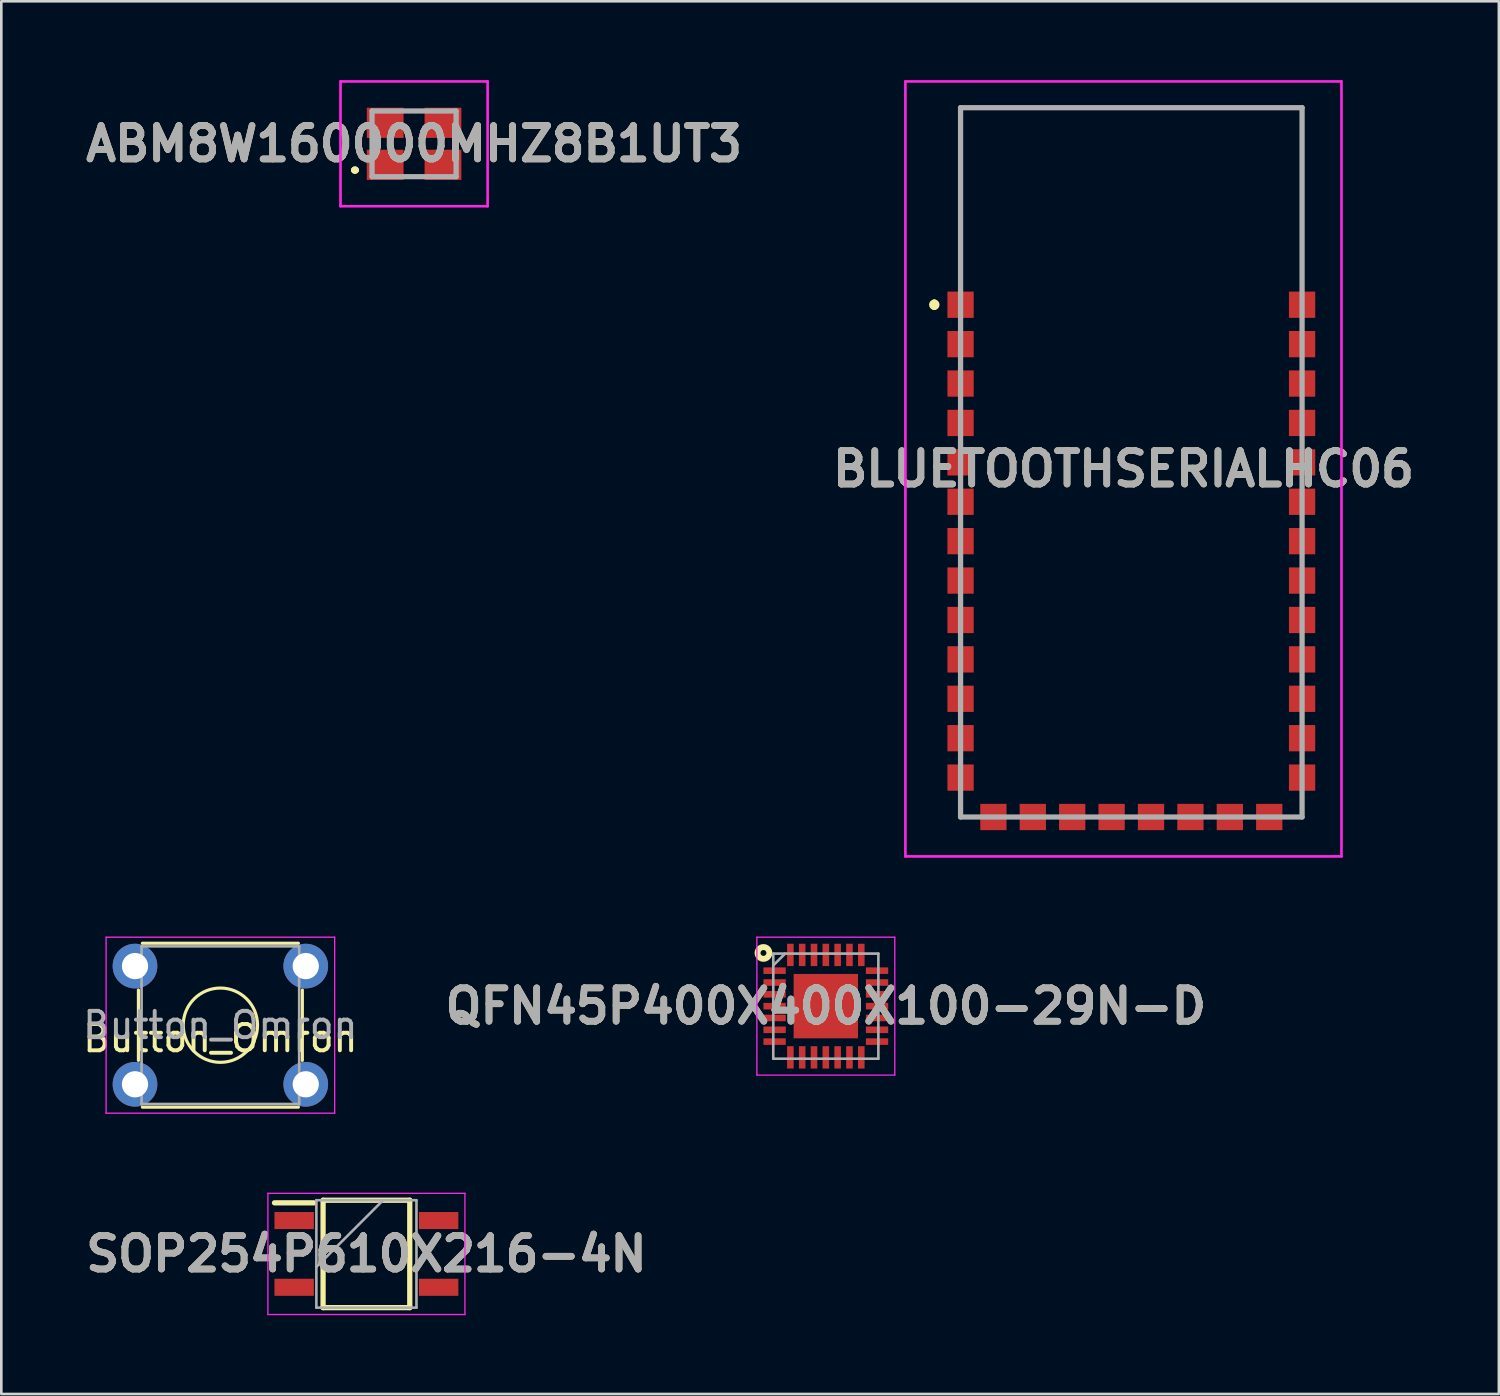
<source format=kicad_pcb>
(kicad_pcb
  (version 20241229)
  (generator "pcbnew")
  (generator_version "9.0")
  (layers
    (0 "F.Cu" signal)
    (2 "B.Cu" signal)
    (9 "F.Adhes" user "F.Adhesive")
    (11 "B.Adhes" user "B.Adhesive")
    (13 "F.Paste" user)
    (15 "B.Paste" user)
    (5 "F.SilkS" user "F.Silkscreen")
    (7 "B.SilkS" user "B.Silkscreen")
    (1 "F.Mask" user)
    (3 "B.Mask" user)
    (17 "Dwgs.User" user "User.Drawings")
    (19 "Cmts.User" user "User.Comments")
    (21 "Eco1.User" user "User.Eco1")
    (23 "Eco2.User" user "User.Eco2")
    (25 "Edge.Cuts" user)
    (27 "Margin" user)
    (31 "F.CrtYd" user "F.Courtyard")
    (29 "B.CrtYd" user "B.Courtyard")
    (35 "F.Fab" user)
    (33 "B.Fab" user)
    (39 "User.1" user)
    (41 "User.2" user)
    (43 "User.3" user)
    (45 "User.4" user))
  (footprint "QFN45P400X400X100-29N-D"
    (layer "F.Cu")
    (at 28.386 35.25)
    (property "Reference" "QFN45P400X400X100-29N-D" (at 0 0 0) (layer "F.SilkS") (effects (font (size 1.27 1.27) (thickness 0.254))))
    (attr smd)
    (fp_circle (center -2.374 -2.025) (end -2.374 -1.913) (stroke (width 0.225) (type solid)) (fill no) (layer "F.SilkS"))
    (fp_line (start -2.625 -2.625) (end 2.625 -2.625) (stroke (width 0.05) (type solid)) (layer "F.CrtYd"))
    (fp_line (start -2.625 2.625) (end -2.625 -2.625) (stroke (width 0.05) (type solid)) (layer "F.CrtYd"))
    (fp_line (start 2.625 -2.625) (end 2.625 2.625) (stroke (width 0.05) (type solid)) (layer "F.CrtYd"))
    (fp_line (start 2.625 2.625) (end -2.625 2.625) (stroke (width 0.05) (type solid)) (layer "F.CrtYd"))
    (fp_line (start -2 -2) (end 2 -2) (stroke (width 0.1) (type solid)) (layer "F.Fab"))
    (fp_line (start -2 -1.55) (end -1.55 -2) (stroke (width 0.1) (type solid)) (layer "F.Fab"))
    (fp_line (start -2 2) (end -2 -2) (stroke (width 0.1) (type solid)) (layer "F.Fab"))
    (fp_line (start 2 -2) (end 2 2) (stroke (width 0.1) (type solid)) (layer "F.Fab"))
    (fp_line (start 2 2) (end -2 2) (stroke (width 0.1) (type solid)) (layer "F.Fab"))
    (fp_text user "${REFERENCE}" (at 0 0 0) (layer "F.Fab") (effects (font (size 1.27 1.27) (thickness 0.254))))
    (pad "1" smd rect (at -1.95 -1.35 90) (size 0.25 0.85) (layers "F.Cu" "F.Mask" "F.Paste"))
    (pad "2" smd rect (at -1.95 -0.9 90) (size 0.25 0.85) (layers "F.Cu" "F.Mask" "F.Paste"))
    (pad "3" smd rect (at -1.95 -0.45 90) (size 0.25 0.85) (layers "F.Cu" "F.Mask" "F.Paste"))
    (pad "4" smd rect (at -1.95 0 90) (size 0.25 0.85) (layers "F.Cu" "F.Mask" "F.Paste"))
    (pad "5" smd rect (at -1.95 0.45 90) (size 0.25 0.85) (layers "F.Cu" "F.Mask" "F.Paste"))
    (pad "6" smd rect (at -1.95 0.9 90) (size 0.25 0.85) (layers "F.Cu" "F.Mask" "F.Paste"))
    (pad "7" smd rect (at -1.95 1.35 90) (size 0.25 0.85) (layers "F.Cu" "F.Mask" "F.Paste"))
    (pad "8" smd rect (at -1.35 1.95) (size 0.25 0.85) (layers "F.Cu" "F.Mask" "F.Paste"))
    (pad "9" smd rect (at -0.9 1.95) (size 0.25 0.85) (layers "F.Cu" "F.Mask" "F.Paste"))
    (pad "10" smd rect (at -0.45 1.95) (size 0.25 0.85) (layers "F.Cu" "F.Mask" "F.Paste"))
    (pad "11" smd rect (at 0 1.95) (size 0.25 0.85) (layers "F.Cu" "F.Mask" "F.Paste"))
    (pad "12" smd rect (at 0.45 1.95) (size 0.25 0.85) (layers "F.Cu" "F.Mask" "F.Paste"))
    (pad "13" smd rect (at 0.9 1.95) (size 0.25 0.85) (layers "F.Cu" "F.Mask" "F.Paste"))
    (pad "14" smd rect (at 1.35 1.95) (size 0.25 0.85) (layers "F.Cu" "F.Mask" "F.Paste"))
    (pad "15" smd rect (at 1.95 1.35 90) (size 0.25 0.85) (layers "F.Cu" "F.Mask" "F.Paste"))
    (pad "16" smd rect (at 1.95 0.9 90) (size 0.25 0.85) (layers "F.Cu" "F.Mask" "F.Paste"))
    (pad "17" smd rect (at 1.95 0.45 90) (size 0.25 0.85) (layers "F.Cu" "F.Mask" "F.Paste"))
    (pad "18" smd rect (at 1.95 0 90) (size 0.25 0.85) (layers "F.Cu" "F.Mask" "F.Paste"))
    (pad "19" smd rect (at 1.95 -0.45 90) (size 0.25 0.85) (layers "F.Cu" "F.Mask" "F.Paste"))
    (pad "20" smd rect (at 1.95 -0.9 90) (size 0.25 0.85) (layers "F.Cu" "F.Mask" "F.Paste"))
    (pad "21" smd rect (at 1.95 -1.35 90) (size 0.25 0.85) (layers "F.Cu" "F.Mask" "F.Paste"))
    (pad "22" smd rect (at 1.35 -1.95) (size 0.25 0.85) (layers "F.Cu" "F.Mask" "F.Paste"))
    (pad "23" smd rect (at 0.9 -1.95) (size 0.25 0.85) (layers "F.Cu" "F.Mask" "F.Paste"))
    (pad "24" smd rect (at 0.45 -1.95) (size 0.25 0.85) (layers "F.Cu" "F.Mask" "F.Paste"))
    (pad "25" smd rect (at 0 -1.95) (size 0.25 0.85) (layers "F.Cu" "F.Mask" "F.Paste"))
    (pad "26" smd rect (at -0.45 -1.95) (size 0.25 0.85) (layers "F.Cu" "F.Mask" "F.Paste"))
    (pad "27" smd rect (at -0.9 -1.95) (size 0.25 0.85) (layers "F.Cu" "F.Mask" "F.Paste"))
    (pad "28" smd rect (at -1.35 -1.95) (size 0.25 0.85) (layers "F.Cu" "F.Mask" "F.Paste"))
    (pad "29" smd rect (at 0 0) (size 2.45 2.45) (layers "F.Cu" "F.Mask" "F.Paste")))
  (footprint "Button_Omron"
    (layer "F.Cu")
    (at 5.339 35.975)
    (property "Reference" "Button_Omron" (at 0 0.5 0) (layer "F.SilkS") (effects (font (size 1 1) (thickness 0.15))))
    (attr through_hole)
    (fp_line (start -3.12 1.34) (end -3.12 -1.34) (stroke (width 0.12) (type solid)) (layer "F.SilkS"))
    (fp_line (start -2.97 -3.12) (end 2.97 -3.12) (stroke (width 0.12) (type solid)) (layer "F.SilkS"))
    (fp_line (start -2.97 3.12) (end 2.97 3.12) (stroke (width 0.12) (type solid)) (layer "F.SilkS"))
    (fp_line (start 3.12 -1.34) (end 3.12 1.34) (stroke (width 0.12) (type solid)) (layer "F.SilkS"))
    (fp_circle (center 0 0) (end 1 1) (stroke (width 0.12) (type solid)) (fill no) (layer "F.SilkS"))
    (fp_line (start -4.35 -3.35) (end -4.35 3.35) (stroke (width 0.05) (type solid)) (layer "F.CrtYd"))
    (fp_line (start -4.35 -3.35) (end 4.35 -3.35) (stroke (width 0.05) (type solid)) (layer "F.CrtYd"))
    (fp_line (start -4.35 3.35) (end 4.35 3.35) (stroke (width 0.05) (type solid)) (layer "F.CrtYd"))
    (fp_line (start 4.35 3.35) (end 4.35 -3.35) (stroke (width 0.05) (type solid)) (layer "F.CrtYd"))
    (fp_line (start -3 -3) (end -3 3) (stroke (width 0.1) (type solid)) (layer "F.Fab"))
    (fp_line (start -3 -3) (end 3 -3) (stroke (width 0.1) (type solid)) (layer "F.Fab"))
    (fp_line (start -3 3) (end 3 3) (stroke (width 0.1) (type solid)) (layer "F.Fab"))
    (fp_line (start 3 -3) (end 3 3) (stroke (width 0.1) (type solid)) (layer "F.Fab"))
    (fp_text user "${REFERENCE}" (at 0 0 0) (layer "F.Fab") (effects (font (size 1 1) (thickness 0.15))))
    (pad "1" thru_hole circle (at -3.25 2.25) (size 1.7 1.7) (drill 1) (layers "*.Cu" "*.Mask"))
    (pad "2" thru_hole circle (at 3.25 -2.25) (size 1.7 1.7) (drill 1) (layers "*.Cu" "*.Mask"))
    (pad "3" thru_hole circle (at -3.25 -2.25) (size 1.7 1.7) (drill 1) (layers "*.Cu" "*.Mask"))
    (pad "4" thru_hole circle (at 3.25 2.25) (size 1.7 1.7) (drill 1) (layers "*.Cu" "*.Mask")))
  (footprint "SOP254P610X216-4N"
    (layer "F.Cu")
    (at 10.898 44.682)
    (property "Reference" "SOP254P610X216-4N" (at 0 0 0) (layer "F.SilkS") (effects (font (size 1.27 1.27) (thickness 0.254))))
    (attr smd)
    (fp_line (start -3.5 -1.945) (end -2 -1.945) (stroke (width 0.2) (type solid)) (layer "F.SilkS"))
    (fp_line (start -1.65 -2.044) (end 1.65 -2.044) (stroke (width 0.2) (type solid)) (layer "F.SilkS"))
    (fp_line (start -1.65 2.044) (end -1.65 -2.044) (stroke (width 0.2) (type solid)) (layer "F.SilkS"))
    (fp_line (start 1.65 -2.044) (end 1.65 2.044) (stroke (width 0.2) (type solid)) (layer "F.SilkS"))
    (fp_line (start 1.65 2.044) (end -1.65 2.044) (stroke (width 0.2) (type solid)) (layer "F.SilkS"))
    (fp_line (start -3.75 -2.307) (end 3.75 -2.307) (stroke (width 0.05) (type solid)) (layer "F.CrtYd"))
    (fp_line (start -3.75 2.307) (end -3.75 -2.307) (stroke (width 0.05) (type solid)) (layer "F.CrtYd"))
    (fp_line (start 3.75 -2.307) (end 3.75 2.307) (stroke (width 0.05) (type solid)) (layer "F.CrtYd"))
    (fp_line (start 3.75 2.307) (end -3.75 2.307) (stroke (width 0.05) (type solid)) (layer "F.CrtYd"))
    (fp_line (start -1.905 -2.044) (end 1.905 -2.044) (stroke (width 0.1) (type solid)) (layer "F.Fab"))
    (fp_line (start -1.905 0.496) (end 0.635 -2.044) (stroke (width 0.1) (type solid)) (layer "F.Fab"))
    (fp_line (start -1.905 2.044) (end -1.905 -2.044) (stroke (width 0.1) (type solid)) (layer "F.Fab"))
    (fp_line (start 1.905 -2.044) (end 1.905 2.044) (stroke (width 0.1) (type solid)) (layer "F.Fab"))
    (fp_line (start 1.905 2.044) (end -1.905 2.044) (stroke (width 0.1) (type solid)) (layer "F.Fab"))
    (fp_text user "${REFERENCE}" (at 0 0 0) (layer "F.Fab") (effects (font (size 1.27 1.27) (thickness 0.254))))
    (pad "1" smd rect (at -2.75 -1.27 90) (size 0.65 1.5) (layers "F.Cu" "F.Mask" "F.Paste"))
    (pad "2" smd rect (at -2.75 1.27 90) (size 0.65 1.5) (layers "F.Cu" "F.Mask" "F.Paste"))
    (pad "3" smd rect (at 2.75 1.27 90) (size 0.65 1.5) (layers "F.Cu" "F.Mask" "F.Paste"))
    (pad "4" smd rect (at 2.75 -1.27 90) (size 0.65 1.5) (layers "F.Cu" "F.Mask" "F.Paste")))
  (footprint "BLUETOOTHSERIALHC06"
    (layer "F.Cu")
    (at 39.715 14.8)
    (property "Reference" "BLUETOOTHSERIALHC06" (at 0 0 0) (layer "F.SilkS") (effects (font (size 1.27 1.27) (thickness 0.254))))
    (attr smd)
    (fp_line (start -7.2 -6.35) (end -7.2 -6.35) (stroke (width 0.2) (type solid)) (layer "F.SilkS"))
    (fp_line (start -7.2 -6.15) (end -7.2 -6.15) (stroke (width 0.2) (type solid)) (layer "F.SilkS"))
    (fp_line (start -6.2 -13.75) (end 6.8 -13.75) (stroke (width 0.1) (type solid)) (layer "F.SilkS"))
    (fp_line (start -6.2 -7.25) (end -6.2 -13.75) (stroke (width 0.1) (type solid)) (layer "F.SilkS"))
    (fp_line (start -6.2 12.75) (end -6.2 13.25) (stroke (width 0.1) (type solid)) (layer "F.SilkS"))
    (fp_line (start -6.2 13.25) (end -5.7 13.25) (stroke (width 0.1) (type solid)) (layer "F.SilkS"))
    (fp_line (start 6.3 13.25) (end 6.8 13.25) (stroke (width 0.1) (type solid)) (layer "F.SilkS"))
    (fp_line (start 6.8 -13.75) (end 6.8 -7.25) (stroke (width 0.1) (type solid)) (layer "F.SilkS"))
    (fp_line (start 6.8 13.25) (end 6.8 12.75) (stroke (width 0.1) (type solid)) (layer "F.SilkS"))
    (fp_arc (start -7.2 -6.35) (mid -7.1 -6.25) (end -7.2 -6.15) (stroke (width 0.2) (type solid)) (layer "F.SilkS"))
    (fp_arc (start -7.2 -6.15) (mid -7.3 -6.25) (end -7.2 -6.35) (stroke (width 0.2) (type solid)) (layer "F.SilkS"))
    (fp_line (start -8.3 -14.75) (end 8.3 -14.75) (stroke (width 0.1) (type solid)) (layer "F.CrtYd"))
    (fp_line (start -8.3 14.75) (end -8.3 -14.75) (stroke (width 0.1) (type solid)) (layer "F.CrtYd"))
    (fp_line (start 8.3 -14.75) (end 8.3 14.75) (stroke (width 0.1) (type solid)) (layer "F.CrtYd"))
    (fp_line (start 8.3 14.75) (end -8.3 14.75) (stroke (width 0.1) (type solid)) (layer "F.CrtYd"))
    (fp_line (start -6.2 -13.75) (end 6.8 -13.75) (stroke (width 0.2) (type solid)) (layer "F.Fab"))
    (fp_line (start -6.2 13.25) (end -6.2 -13.75) (stroke (width 0.2) (type solid)) (layer "F.Fab"))
    (fp_line (start 6.8 -13.75) (end 6.8 13.25) (stroke (width 0.2) (type solid)) (layer "F.Fab"))
    (fp_line (start 6.8 13.25) (end -6.2 13.25) (stroke (width 0.2) (type solid)) (layer "F.Fab"))
    (fp_text user "${REFERENCE}" (at 0 0 0) (layer "F.Fab") (effects (font (size 1.27 1.27) (thickness 0.254))))
    (pad "1" smd rect (at -6.2 -6.25 90) (size 1 1) (layers "F.Cu" "F.Mask" "F.Paste"))
    (pad "2" smd rect (at -6.2 -4.75 90) (size 1 1) (layers "F.Cu" "F.Mask" "F.Paste"))
    (pad "3" smd rect (at -6.2 -3.25 90) (size 1 1) (layers "F.Cu" "F.Mask" "F.Paste"))
    (pad "4" smd rect (at -6.2 -1.75 90) (size 1 1) (layers "F.Cu" "F.Mask" "F.Paste"))
    (pad "5" smd rect (at -6.2 -0.25 90) (size 1 1) (layers "F.Cu" "F.Mask" "F.Paste"))
    (pad "6" smd rect (at -6.2 1.25 90) (size 1 1) (layers "F.Cu" "F.Mask" "F.Paste"))
    (pad "7" smd rect (at -6.2 2.75 90) (size 1 1) (layers "F.Cu" "F.Mask" "F.Paste"))
    (pad "8" smd rect (at -6.2 4.25 90) (size 1 1) (layers "F.Cu" "F.Mask" "F.Paste"))
    (pad "9" smd rect (at -6.2 5.75 90) (size 1 1) (layers "F.Cu" "F.Mask" "F.Paste"))
    (pad "10" smd rect (at -6.2 7.25 90) (size 1 1) (layers "F.Cu" "F.Mask" "F.Paste"))
    (pad "11" smd rect (at -6.2 8.75 90) (size 1 1) (layers "F.Cu" "F.Mask" "F.Paste"))
    (pad "12" smd rect (at -6.2 10.25 90) (size 1 1) (layers "F.Cu" "F.Mask" "F.Paste"))
    (pad "13" smd rect (at -6.2 11.75 90) (size 1 1) (layers "F.Cu" "F.Mask" "F.Paste"))
    (pad "14" smd rect (at -4.95 13.25 90) (size 1 1) (layers "F.Cu" "F.Mask" "F.Paste"))
    (pad "15" smd rect (at -3.45 13.25 90) (size 1 1) (layers "F.Cu" "F.Mask" "F.Paste"))
    (pad "16" smd rect (at -1.95 13.25 90) (size 1 1) (layers "F.Cu" "F.Mask" "F.Paste"))
    (pad "17" smd rect (at -0.45 13.25 90) (size 1 1) (layers "F.Cu" "F.Mask" "F.Paste"))
    (pad "18" smd rect (at 1.05 13.25 90) (size 1 1) (layers "F.Cu" "F.Mask" "F.Paste"))
    (pad "19" smd rect (at 2.55 13.25 90) (size 1 1) (layers "F.Cu" "F.Mask" "F.Paste"))
    (pad "20" smd rect (at 4.05 13.25 90) (size 1 1) (layers "F.Cu" "F.Mask" "F.Paste"))
    (pad "21" smd rect (at 5.55 13.25 90) (size 1 1) (layers "F.Cu" "F.Mask" "F.Paste"))
    (pad "22" smd rect (at 6.8 11.75 90) (size 1 1) (layers "F.Cu" "F.Mask" "F.Paste"))
    (pad "23" smd rect (at 6.8 10.25 90) (size 1 1) (layers "F.Cu" "F.Mask" "F.Paste"))
    (pad "24" smd rect (at 6.8 8.75 90) (size 1 1) (layers "F.Cu" "F.Mask" "F.Paste"))
    (pad "25" smd rect (at 6.8 7.25 90) (size 1 1) (layers "F.Cu" "F.Mask" "F.Paste"))
    (pad "26" smd rect (at 6.8 5.75 90) (size 1 1) (layers "F.Cu" "F.Mask" "F.Paste"))
    (pad "27" smd rect (at 6.8 4.25 90) (size 1 1) (layers "F.Cu" "F.Mask" "F.Paste"))
    (pad "28" smd rect (at 6.8 2.75 90) (size 1 1) (layers "F.Cu" "F.Mask" "F.Paste"))
    (pad "29" smd rect (at 6.8 1.25 90) (size 1 1) (layers "F.Cu" "F.Mask" "F.Paste"))
    (pad "30" smd rect (at 6.8 -0.25 90) (size 1 1) (layers "F.Cu" "F.Mask" "F.Paste"))
    (pad "31" smd rect (at 6.8 -1.75 90) (size 1 1) (layers "F.Cu" "F.Mask" "F.Paste"))
    (pad "32" smd rect (at 6.8 -3.25 90) (size 1 1) (layers "F.Cu" "F.Mask" "F.Paste"))
    (pad "33" smd rect (at 6.8 -4.75 90) (size 1 1) (layers "F.Cu" "F.Mask" "F.Paste"))
    (pad "34" smd rect (at 6.8 -6.25 90) (size 1 1) (layers "F.Cu" "F.Mask" "F.Paste")))
  (footprint "ABM8W160000MHZ8B1UT3"
    (layer "F.Cu")
    (at 12.712 2.425)
    (property "Reference" "ABM8W160000MHZ8B1UT3" (at 0 0 0) (layer "F.SilkS") (effects (font (size 1.27 1.27) (thickness 0.254))))
    (attr smd)
    (fp_line (start -2.3 1) (end -2.3 1) (stroke (width 0.2) (type solid)) (layer "F.SilkS"))
    (fp_line (start -2.2 1) (end -2.2 1) (stroke (width 0.2) (type solid)) (layer "F.SilkS"))
    (fp_arc (start -2.3 1) (mid -2.25 0.95) (end -2.2 1) (stroke (width 0.2) (type solid)) (layer "F.SilkS"))
    (fp_arc (start -2.2 1) (mid -2.25 1.05) (end -2.3 1) (stroke (width 0.2) (type solid)) (layer "F.SilkS"))
    (fp_line (start -2.8 -2.375) (end 2.8 -2.375) (stroke (width 0.1) (type solid)) (layer "F.CrtYd"))
    (fp_line (start -2.8 2.375) (end -2.8 -2.375) (stroke (width 0.1) (type solid)) (layer "F.CrtYd"))
    (fp_line (start 2.8 -2.375) (end 2.8 2.375) (stroke (width 0.1) (type solid)) (layer "F.CrtYd"))
    (fp_line (start 2.8 2.375) (end -2.8 2.375) (stroke (width 0.1) (type solid)) (layer "F.CrtYd"))
    (fp_line (start -1.6 -1.25) (end 1.6 -1.25) (stroke (width 0.2) (type solid)) (layer "F.Fab"))
    (fp_line (start -1.6 1.25) (end -1.6 -1.25) (stroke (width 0.2) (type solid)) (layer "F.Fab"))
    (fp_line (start 1.6 -1.25) (end 1.6 1.25) (stroke (width 0.2) (type solid)) (layer "F.Fab"))
    (fp_line (start 1.6 1.25) (end -1.6 1.25) (stroke (width 0.2) (type solid)) (layer "F.Fab"))
    (fp_text user "${REFERENCE}" (at 0 0 0) (layer "F.Fab") (effects (font (size 1.27 1.27) (thickness 0.254))))
    (pad "1" smd rect (at -1.1 0.8 90) (size 1.15 1.4) (layers "F.Cu" "F.Mask" "F.Paste"))
    (pad "2" smd rect (at 1.1 0.8 90) (size 1.15 1.4) (layers "F.Cu" "F.Mask" "F.Paste"))
    (pad "3" smd rect (at 1.1 -0.8 90) (size 1.15 1.4) (layers "F.Cu" "F.Mask" "F.Paste"))
    (pad "4" smd rect (at -1.1 -0.8 90) (size 1.15 1.4) (layers "F.Cu" "F.Mask" "F.Paste")))
  (gr_rect
    (start -3 -3)
    (end 54.006 50.014)
    (stroke (width 0.1) (type default))
    (fill no)
    (layer "Edge.Cuts")))
</source>
